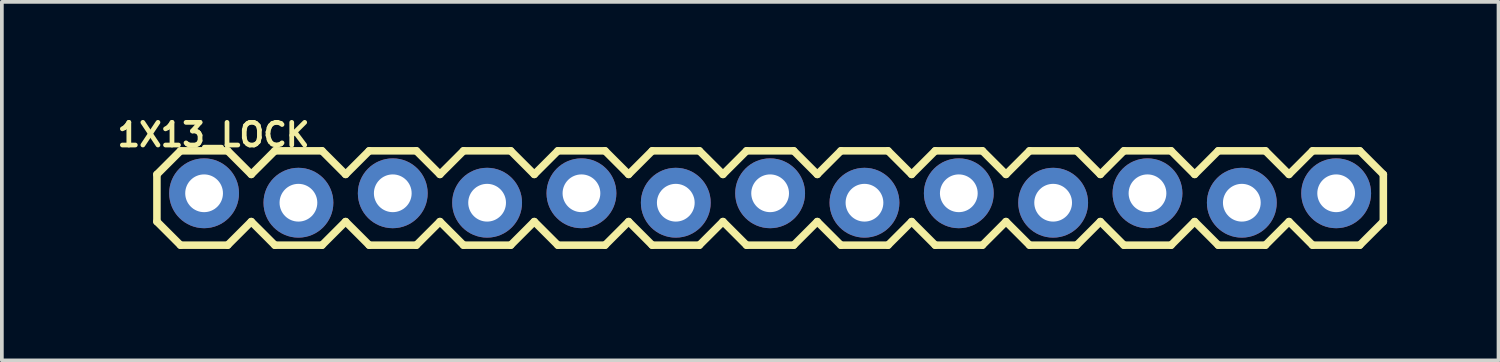
<source format=kicad_pcb>
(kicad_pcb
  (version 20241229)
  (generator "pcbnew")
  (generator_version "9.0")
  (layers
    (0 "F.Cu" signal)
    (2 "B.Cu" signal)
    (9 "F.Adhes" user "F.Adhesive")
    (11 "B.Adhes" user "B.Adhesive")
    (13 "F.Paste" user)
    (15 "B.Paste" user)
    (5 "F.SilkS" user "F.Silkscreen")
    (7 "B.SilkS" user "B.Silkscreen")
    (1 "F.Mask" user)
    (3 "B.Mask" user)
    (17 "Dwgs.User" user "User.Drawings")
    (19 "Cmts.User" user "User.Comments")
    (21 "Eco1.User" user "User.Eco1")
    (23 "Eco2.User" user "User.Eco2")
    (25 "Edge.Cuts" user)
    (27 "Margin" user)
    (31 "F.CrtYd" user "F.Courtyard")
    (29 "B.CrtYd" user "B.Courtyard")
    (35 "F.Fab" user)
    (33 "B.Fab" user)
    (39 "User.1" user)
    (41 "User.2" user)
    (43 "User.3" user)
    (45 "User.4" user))
  (footprint "1X13_LOCK"
    (layer "F.Cu")
    (at 2.445 2.281)
    (property "Reference" "1X13_LOCK" (at 0.254 -1.702 0) (layer "F.SilkS") (effects (font (size 0.61 0.61) (thickness 0.127))))
    (attr exclude_from_pos_files exclude_from_bom)
    (fp_line (start -1.27 -0.635) (end -1.27 0.635) (stroke (width 0.203) (type solid)) (layer "F.SilkS"))
    (fp_line (start -1.27 0.635) (end -0.635 1.27) (stroke (width 0.203) (type solid)) (layer "F.SilkS"))
    (fp_line (start -0.635 -1.27) (end -1.27 -0.635) (stroke (width 0.203) (type solid)) (layer "F.SilkS"))
    (fp_line (start -0.635 -1.27) (end 0.635 -1.27) (stroke (width 0.203) (type solid)) (layer "F.SilkS"))
    (fp_line (start 0.635 -1.27) (end 1.27 -0.635) (stroke (width 0.203) (type solid)) (layer "F.SilkS"))
    (fp_line (start 0.635 1.27) (end -0.635 1.27) (stroke (width 0.203) (type solid)) (layer "F.SilkS"))
    (fp_line (start 1.27 -0.635) (end 1.905 -1.27) (stroke (width 0.203) (type solid)) (layer "F.SilkS"))
    (fp_line (start 1.27 0.635) (end 0.635 1.27) (stroke (width 0.203) (type solid)) (layer "F.SilkS"))
    (fp_line (start 1.905 -1.27) (end 3.175 -1.27) (stroke (width 0.203) (type solid)) (layer "F.SilkS"))
    (fp_line (start 1.905 1.27) (end 1.27 0.635) (stroke (width 0.203) (type solid)) (layer "F.SilkS"))
    (fp_line (start 3.175 -1.27) (end 3.81 -0.635) (stroke (width 0.203) (type solid)) (layer "F.SilkS"))
    (fp_line (start 3.175 1.27) (end 1.905 1.27) (stroke (width 0.203) (type solid)) (layer "F.SilkS"))
    (fp_line (start 3.81 -0.635) (end 4.445 -1.27) (stroke (width 0.203) (type solid)) (layer "F.SilkS"))
    (fp_line (start 3.81 0.635) (end 3.175 1.27) (stroke (width 0.203) (type solid)) (layer "F.SilkS"))
    (fp_line (start 4.445 -1.27) (end 5.715 -1.27) (stroke (width 0.203) (type solid)) (layer "F.SilkS"))
    (fp_line (start 4.445 1.27) (end 3.81 0.635) (stroke (width 0.203) (type solid)) (layer "F.SilkS"))
    (fp_line (start 5.715 -1.27) (end 6.35 -0.635) (stroke (width 0.203) (type solid)) (layer "F.SilkS"))
    (fp_line (start 5.715 1.27) (end 4.445 1.27) (stroke (width 0.203) (type solid)) (layer "F.SilkS"))
    (fp_line (start 6.35 0.635) (end 5.715 1.27) (stroke (width 0.203) (type solid)) (layer "F.SilkS"))
    (fp_line (start 6.35 0.635) (end 6.985 1.27) (stroke (width 0.203) (type solid)) (layer "F.SilkS"))
    (fp_line (start 6.985 -1.27) (end 6.35 -0.635) (stroke (width 0.203) (type solid)) (layer "F.SilkS"))
    (fp_line (start 6.985 -1.27) (end 8.255 -1.27) (stroke (width 0.203) (type solid)) (layer "F.SilkS"))
    (fp_line (start 8.255 -1.27) (end 8.89 -0.635) (stroke (width 0.203) (type solid)) (layer "F.SilkS"))
    (fp_line (start 8.255 1.27) (end 6.985 1.27) (stroke (width 0.203) (type solid)) (layer "F.SilkS"))
    (fp_line (start 8.89 -0.635) (end 9.525 -1.27) (stroke (width 0.203) (type solid)) (layer "F.SilkS"))
    (fp_line (start 8.89 0.635) (end 8.255 1.27) (stroke (width 0.203) (type solid)) (layer "F.SilkS"))
    (fp_line (start 9.525 -1.27) (end 10.795 -1.27) (stroke (width 0.203) (type solid)) (layer "F.SilkS"))
    (fp_line (start 9.525 1.27) (end 8.89 0.635) (stroke (width 0.203) (type solid)) (layer "F.SilkS"))
    (fp_line (start 10.795 -1.27) (end 11.43 -0.635) (stroke (width 0.203) (type solid)) (layer "F.SilkS"))
    (fp_line (start 10.795 1.27) (end 9.525 1.27) (stroke (width 0.203) (type solid)) (layer "F.SilkS"))
    (fp_line (start 11.43 -0.635) (end 12.065 -1.27) (stroke (width 0.203) (type solid)) (layer "F.SilkS"))
    (fp_line (start 11.43 0.635) (end 10.795 1.27) (stroke (width 0.203) (type solid)) (layer "F.SilkS"))
    (fp_line (start 12.065 -1.27) (end 13.335 -1.27) (stroke (width 0.203) (type solid)) (layer "F.SilkS"))
    (fp_line (start 12.065 1.27) (end 11.43 0.635) (stroke (width 0.203) (type solid)) (layer "F.SilkS"))
    (fp_line (start 13.335 -1.27) (end 13.97 -0.635) (stroke (width 0.203) (type solid)) (layer "F.SilkS"))
    (fp_line (start 13.335 1.27) (end 12.065 1.27) (stroke (width 0.203) (type solid)) (layer "F.SilkS"))
    (fp_line (start 13.97 0.635) (end 13.335 1.27) (stroke (width 0.203) (type solid)) (layer "F.SilkS"))
    (fp_line (start 13.97 0.635) (end 14.605 1.27) (stroke (width 0.203) (type solid)) (layer "F.SilkS"))
    (fp_line (start 14.605 -1.27) (end 13.97 -0.635) (stroke (width 0.203) (type solid)) (layer "F.SilkS"))
    (fp_line (start 14.605 -1.27) (end 15.875 -1.27) (stroke (width 0.203) (type solid)) (layer "F.SilkS"))
    (fp_line (start 15.875 -1.27) (end 16.51 -0.635) (stroke (width 0.203) (type solid)) (layer "F.SilkS"))
    (fp_line (start 15.875 1.27) (end 14.605 1.27) (stroke (width 0.203) (type solid)) (layer "F.SilkS"))
    (fp_line (start 16.51 0.635) (end 15.875 1.27) (stroke (width 0.203) (type solid)) (layer "F.SilkS"))
    (fp_line (start 16.51 0.635) (end 17.145 1.27) (stroke (width 0.203) (type solid)) (layer "F.SilkS"))
    (fp_line (start 17.145 -1.27) (end 16.51 -0.635) (stroke (width 0.203) (type solid)) (layer "F.SilkS"))
    (fp_line (start 17.145 -1.27) (end 18.415 -1.27) (stroke (width 0.203) (type solid)) (layer "F.SilkS"))
    (fp_line (start 18.415 -1.27) (end 19.05 -0.635) (stroke (width 0.203) (type solid)) (layer "F.SilkS"))
    (fp_line (start 18.415 1.27) (end 17.145 1.27) (stroke (width 0.203) (type solid)) (layer "F.SilkS"))
    (fp_line (start 19.05 0.635) (end 18.415 1.27) (stroke (width 0.203) (type solid)) (layer "F.SilkS"))
    (fp_line (start 19.05 0.635) (end 19.685 1.27) (stroke (width 0.203) (type solid)) (layer "F.SilkS"))
    (fp_line (start 19.685 -1.27) (end 19.05 -0.635) (stroke (width 0.203) (type solid)) (layer "F.SilkS"))
    (fp_line (start 19.685 -1.27) (end 20.955 -1.27) (stroke (width 0.203) (type solid)) (layer "F.SilkS"))
    (fp_line (start 20.955 -1.27) (end 21.59 -0.635) (stroke (width 0.203) (type solid)) (layer "F.SilkS"))
    (fp_line (start 20.955 1.27) (end 19.685 1.27) (stroke (width 0.203) (type solid)) (layer "F.SilkS"))
    (fp_line (start 21.59 0.635) (end 20.955 1.27) (stroke (width 0.203) (type solid)) (layer "F.SilkS"))
    (fp_line (start 21.59 0.635) (end 22.225 1.27) (stroke (width 0.203) (type solid)) (layer "F.SilkS"))
    (fp_line (start 22.225 -1.27) (end 21.59 -0.635) (stroke (width 0.203) (type solid)) (layer "F.SilkS"))
    (fp_line (start 22.225 -1.27) (end 23.495 -1.27) (stroke (width 0.203) (type solid)) (layer "F.SilkS"))
    (fp_line (start 23.495 -1.27) (end 24.13 -0.635) (stroke (width 0.203) (type solid)) (layer "F.SilkS"))
    (fp_line (start 23.495 1.27) (end 22.225 1.27) (stroke (width 0.203) (type solid)) (layer "F.SilkS"))
    (fp_line (start 24.13 0.635) (end 23.495 1.27) (stroke (width 0.203) (type solid)) (layer "F.SilkS"))
    (fp_line (start 24.13 0.635) (end 24.765 1.27) (stroke (width 0.203) (type solid)) (layer "F.SilkS"))
    (fp_line (start 24.765 -1.27) (end 24.13 -0.635) (stroke (width 0.203) (type solid)) (layer "F.SilkS"))
    (fp_line (start 24.765 -1.27) (end 26.035 -1.27) (stroke (width 0.203) (type solid)) (layer "F.SilkS"))
    (fp_line (start 26.035 -1.27) (end 26.67 -0.635) (stroke (width 0.203) (type solid)) (layer "F.SilkS"))
    (fp_line (start 26.035 1.27) (end 24.765 1.27) (stroke (width 0.203) (type solid)) (layer "F.SilkS"))
    (fp_line (start 26.67 0.635) (end 26.035 1.27) (stroke (width 0.203) (type solid)) (layer "F.SilkS"))
    (fp_line (start 26.67 0.635) (end 27.305 1.27) (stroke (width 0.203) (type solid)) (layer "F.SilkS"))
    (fp_line (start 27.305 -1.27) (end 26.67 -0.635) (stroke (width 0.203) (type solid)) (layer "F.SilkS"))
    (fp_line (start 27.305 -1.27) (end 28.575 -1.27) (stroke (width 0.203) (type solid)) (layer "F.SilkS"))
    (fp_line (start 28.575 -1.27) (end 29.21 -0.635) (stroke (width 0.203) (type solid)) (layer "F.SilkS"))
    (fp_line (start 28.575 1.27) (end 27.305 1.27) (stroke (width 0.203) (type solid)) (layer "F.SilkS"))
    (fp_line (start 29.21 0.635) (end 28.575 1.27) (stroke (width 0.203) (type solid)) (layer "F.SilkS"))
    (fp_line (start 29.21 0.635) (end 29.845 1.27) (stroke (width 0.203) (type solid)) (layer "F.SilkS"))
    (fp_line (start 29.845 -1.27) (end 29.21 -0.635) (stroke (width 0.203) (type solid)) (layer "F.SilkS"))
    (fp_line (start 29.845 -1.27) (end 31.115 -1.27) (stroke (width 0.203) (type solid)) (layer "F.SilkS"))
    (fp_line (start 31.115 -1.27) (end 31.75 -0.635) (stroke (width 0.203) (type solid)) (layer "F.SilkS"))
    (fp_line (start 31.115 1.27) (end 29.845 1.27) (stroke (width 0.203) (type solid)) (layer "F.SilkS"))
    (fp_line (start 31.75 -0.635) (end 31.75 0.635) (stroke (width 0.203) (type solid)) (layer "F.SilkS"))
    (fp_line (start 31.75 0.635) (end 31.115 1.27) (stroke (width 0.203) (type solid)) (layer "F.SilkS"))
    (fp_line (start -0.254 -0.254) (end 0.254 -0.254) (stroke (width 0.066) (type solid)) (layer "Dwgs.User"))
    (fp_line (start -0.254 0.254) (end -0.254 -0.254) (stroke (width 0.066) (type solid)) (layer "Dwgs.User"))
    (fp_line (start -0.254 0.254) (end 0.254 0.254) (stroke (width 0.066) (type solid)) (layer "Dwgs.User"))
    (fp_line (start 0.254 0.254) (end 0.254 -0.254) (stroke (width 0.066) (type solid)) (layer "Dwgs.User"))
    (fp_line (start 2.286 -0.254) (end 2.794 -0.254) (stroke (width 0.066) (type solid)) (layer "Dwgs.User"))
    (fp_line (start 2.286 0.254) (end 2.286 -0.254) (stroke (width 0.066) (type solid)) (layer "Dwgs.User"))
    (fp_line (start 2.286 0.254) (end 2.794 0.254) (stroke (width 0.066) (type solid)) (layer "Dwgs.User"))
    (fp_line (start 2.794 0.254) (end 2.794 -0.254) (stroke (width 0.066) (type solid)) (layer "Dwgs.User"))
    (fp_line (start 4.826 -0.254) (end 5.334 -0.254) (stroke (width 0.066) (type solid)) (layer "Dwgs.User"))
    (fp_line (start 4.826 0.254) (end 4.826 -0.254) (stroke (width 0.066) (type solid)) (layer "Dwgs.User"))
    (fp_line (start 4.826 0.254) (end 5.334 0.254) (stroke (width 0.066) (type solid)) (layer "Dwgs.User"))
    (fp_line (start 5.334 0.254) (end 5.334 -0.254) (stroke (width 0.066) (type solid)) (layer "Dwgs.User"))
    (fp_line (start 7.366 -0.254) (end 7.874 -0.254) (stroke (width 0.066) (type solid)) (layer "Dwgs.User"))
    (fp_line (start 7.366 0.254) (end 7.366 -0.254) (stroke (width 0.066) (type solid)) (layer "Dwgs.User"))
    (fp_line (start 7.366 0.254) (end 7.874 0.254) (stroke (width 0.066) (type solid)) (layer "Dwgs.User"))
    (fp_line (start 7.874 0.254) (end 7.874 -0.254) (stroke (width 0.066) (type solid)) (layer "Dwgs.User"))
    (fp_line (start 9.906 -0.254) (end 10.414 -0.254) (stroke (width 0.066) (type solid)) (layer "Dwgs.User"))
    (fp_line (start 9.906 0.254) (end 9.906 -0.254) (stroke (width 0.066) (type solid)) (layer "Dwgs.User"))
    (fp_line (start 9.906 0.254) (end 10.414 0.254) (stroke (width 0.066) (type solid)) (layer "Dwgs.User"))
    (fp_line (start 10.414 0.254) (end 10.414 -0.254) (stroke (width 0.066) (type solid)) (layer "Dwgs.User"))
    (fp_line (start 12.446 -0.254) (end 12.954 -0.254) (stroke (width 0.066) (type solid)) (layer "Dwgs.User"))
    (fp_line (start 12.446 0.254) (end 12.446 -0.254) (stroke (width 0.066) (type solid)) (layer "Dwgs.User"))
    (fp_line (start 12.446 0.254) (end 12.954 0.254) (stroke (width 0.066) (type solid)) (layer "Dwgs.User"))
    (fp_line (start 12.954 0.254) (end 12.954 -0.254) (stroke (width 0.066) (type solid)) (layer "Dwgs.User"))
    (fp_line (start 14.986 -0.254) (end 15.494 -0.254) (stroke (width 0.066) (type solid)) (layer "Dwgs.User"))
    (fp_line (start 14.986 0.254) (end 14.986 -0.254) (stroke (width 0.066) (type solid)) (layer "Dwgs.User"))
    (fp_line (start 14.986 0.254) (end 15.494 0.254) (stroke (width 0.066) (type solid)) (layer "Dwgs.User"))
    (fp_line (start 15.494 0.254) (end 15.494 -0.254) (stroke (width 0.066) (type solid)) (layer "Dwgs.User"))
    (fp_line (start 17.523 -0.254) (end 18.034 -0.254) (stroke (width 0.066) (type solid)) (layer "Dwgs.User"))
    (fp_line (start 17.523 0.254) (end 17.523 -0.254) (stroke (width 0.066) (type solid)) (layer "Dwgs.User"))
    (fp_line (start 17.523 0.254) (end 18.034 0.254) (stroke (width 0.066) (type solid)) (layer "Dwgs.User"))
    (fp_line (start 18.034 0.254) (end 18.034 -0.254) (stroke (width 0.066) (type solid)) (layer "Dwgs.User"))
    (fp_line (start 20.066 -0.254) (end 20.574 -0.254) (stroke (width 0.066) (type solid)) (layer "Dwgs.User"))
    (fp_line (start 20.066 0.254) (end 20.066 -0.254) (stroke (width 0.066) (type solid)) (layer "Dwgs.User"))
    (fp_line (start 20.066 0.254) (end 20.574 0.254) (stroke (width 0.066) (type solid)) (layer "Dwgs.User"))
    (fp_line (start 20.574 0.254) (end 20.574 -0.254) (stroke (width 0.066) (type solid)) (layer "Dwgs.User"))
    (fp_line (start 22.606 -0.254) (end 23.114 -0.254) (stroke (width 0.066) (type solid)) (layer "Dwgs.User"))
    (fp_line (start 22.606 0.254) (end 22.606 -0.254) (stroke (width 0.066) (type solid)) (layer "Dwgs.User"))
    (fp_line (start 22.606 0.254) (end 23.114 0.254) (stroke (width 0.066) (type solid)) (layer "Dwgs.User"))
    (fp_line (start 23.114 0.254) (end 23.114 -0.254) (stroke (width 0.066) (type solid)) (layer "Dwgs.User"))
    (fp_line (start 25.146 -0.254) (end 25.654 -0.254) (stroke (width 0.066) (type solid)) (layer "Dwgs.User"))
    (fp_line (start 25.146 0.254) (end 25.146 -0.254) (stroke (width 0.066) (type solid)) (layer "Dwgs.User"))
    (fp_line (start 25.146 0.254) (end 25.654 0.254) (stroke (width 0.066) (type solid)) (layer "Dwgs.User"))
    (fp_line (start 25.654 0.254) (end 25.654 -0.254) (stroke (width 0.066) (type solid)) (layer "Dwgs.User"))
    (fp_line (start 27.686 -0.254) (end 28.194 -0.254) (stroke (width 0.066) (type solid)) (layer "Dwgs.User"))
    (fp_line (start 27.686 0.254) (end 27.686 -0.254) (stroke (width 0.066) (type solid)) (layer "Dwgs.User"))
    (fp_line (start 27.686 0.254) (end 28.194 0.254) (stroke (width 0.066) (type solid)) (layer "Dwgs.User"))
    (fp_line (start 28.194 0.254) (end 28.194 -0.254) (stroke (width 0.066) (type solid)) (layer "Dwgs.User"))
    (fp_line (start 30.226 -0.254) (end 30.734 -0.254) (stroke (width 0.066) (type solid)) (layer "Dwgs.User"))
    (fp_line (start 30.226 0.254) (end 30.226 -0.254) (stroke (width 0.066) (type solid)) (layer "Dwgs.User"))
    (fp_line (start 30.226 0.254) (end 30.734 0.254) (stroke (width 0.066) (type solid)) (layer "Dwgs.User"))
    (fp_line (start 30.734 0.254) (end 30.734 -0.254) (stroke (width 0.066) (type solid)) (layer "Dwgs.User"))
    (pad "1" thru_hole circle (at 0 -0.127) (size 1.88 1.88) (drill 1.016) (layers "*.Cu" "*.Paste" "*.Mask"))
    (pad "2" thru_hole circle (at 2.54 0.127) (size 1.88 1.88) (drill 1.016) (layers "*.Cu" "*.Paste" "*.Mask"))
    (pad "3" thru_hole circle (at 5.08 -0.127) (size 1.88 1.88) (drill 1.016) (layers "*.Cu" "*.Paste" "*.Mask"))
    (pad "4" thru_hole circle (at 7.62 0.127) (size 1.88 1.88) (drill 1.016) (layers "*.Cu" "*.Paste" "*.Mask"))
    (pad "5" thru_hole circle (at 10.16 -0.127) (size 1.88 1.88) (drill 1.016) (layers "*.Cu" "*.Paste" "*.Mask"))
    (pad "6" thru_hole circle (at 12.7 0.127) (size 1.88 1.88) (drill 1.016) (layers "*.Cu" "*.Paste" "*.Mask"))
    (pad "7" thru_hole circle (at 15.24 -0.127) (size 1.88 1.88) (drill 1.016) (layers "*.Cu" "*.Paste" "*.Mask"))
    (pad "8" thru_hole circle (at 17.78 0.127) (size 1.88 1.88) (drill 1.016) (layers "*.Cu" "*.Paste" "*.Mask"))
    (pad "9" thru_hole circle (at 20.32 -0.127) (size 1.88 1.88) (drill 1.016) (layers "*.Cu" "*.Paste" "*.Mask"))
    (pad "10" thru_hole circle (at 22.86 0.127) (size 1.88 1.88) (drill 1.016) (layers "*.Cu" "*.Paste" "*.Mask"))
    (pad "11" thru_hole circle (at 25.4 -0.127) (size 1.88 1.88) (drill 1.016) (layers "*.Cu" "*.Paste" "*.Mask"))
    (pad "12" thru_hole circle (at 27.94 0.127) (size 1.88 1.88) (drill 1.016) (layers "*.Cu" "*.Paste" "*.Mask"))
    (pad "13" thru_hole circle (at 30.48 -0.127) (size 1.88 1.88) (drill 1.016) (layers "*.Cu" "*.Paste" "*.Mask")))
  (gr_rect
    (start -3 -3)
    (end 37.296 6.653)
    (stroke (width 0.1) (type default))
    (fill no)
    (layer "Edge.Cuts")))
</source>
